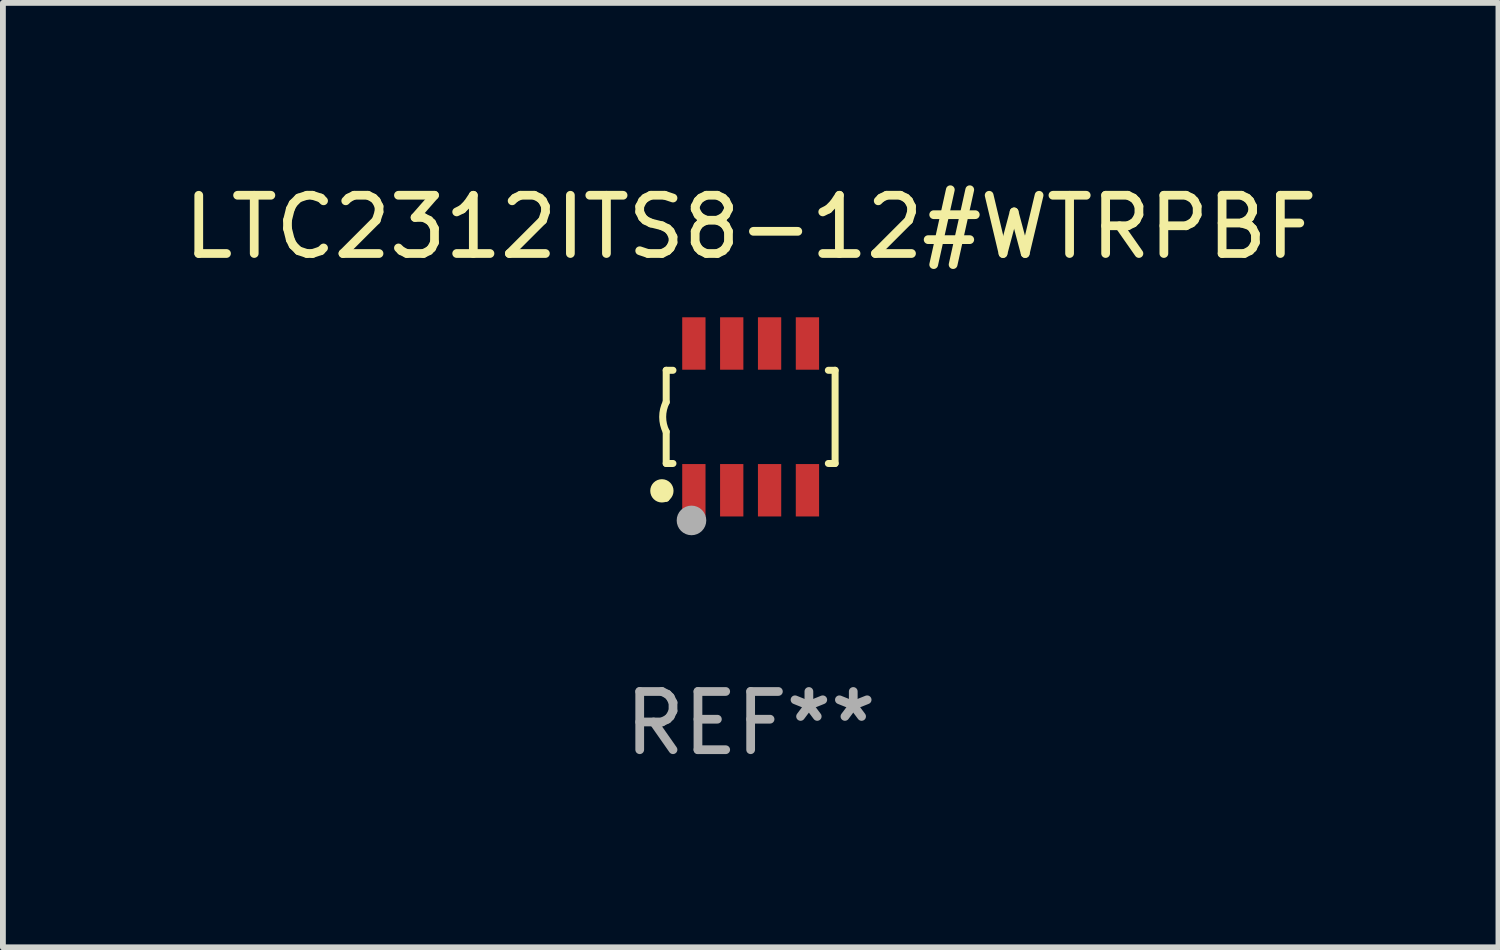
<source format=kicad_pcb>
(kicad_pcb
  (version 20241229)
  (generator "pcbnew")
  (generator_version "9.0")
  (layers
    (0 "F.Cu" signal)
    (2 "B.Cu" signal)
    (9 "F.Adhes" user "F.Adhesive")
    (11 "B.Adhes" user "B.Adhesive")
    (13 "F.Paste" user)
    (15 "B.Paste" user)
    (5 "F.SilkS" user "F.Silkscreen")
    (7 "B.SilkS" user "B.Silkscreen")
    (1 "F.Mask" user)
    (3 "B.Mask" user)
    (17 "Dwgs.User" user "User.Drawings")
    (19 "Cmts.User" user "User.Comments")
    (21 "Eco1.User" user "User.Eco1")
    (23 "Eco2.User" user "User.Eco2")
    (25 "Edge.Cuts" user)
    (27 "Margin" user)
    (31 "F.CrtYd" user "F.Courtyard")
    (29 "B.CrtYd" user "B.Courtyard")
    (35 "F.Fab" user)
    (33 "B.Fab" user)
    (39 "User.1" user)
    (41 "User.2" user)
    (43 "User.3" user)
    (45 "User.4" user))
  (footprint "LTC2312ITS8-12#WTRPBF"
    (layer "F.Cu")
    (at 9.839 4.108)
    (property "Reference" "LTC2312ITS8-12#WTRPBF" (at 0 -3.26 0) (layer "F.SilkS") (effects (font (size 1 1) (thickness 0.15))))
    (attr through_hole)
    (fp_line (start -1.45 -0.8) (end -1.45 -0.254) (stroke (width 0.12) (type solid)) (layer "F.SilkS"))
    (fp_line (start -1.45 -0.8) (end -1.334 -0.8) (stroke (width 0.12) (type solid)) (layer "F.SilkS"))
    (fp_line (start -1.45 0.8) (end -1.45 0.254) (stroke (width 0.12) (type solid)) (layer "F.SilkS"))
    (fp_line (start -1.45 0.8) (end -1.334 0.8) (stroke (width 0.12) (type solid)) (layer "F.SilkS"))
    (fp_line (start 1.334 -0.8) (end 1.45 -0.8) (stroke (width 0.12) (type solid)) (layer "F.SilkS"))
    (fp_line (start 1.334 0.8) (end 1.45 0.8) (stroke (width 0.12) (type solid)) (layer "F.SilkS"))
    (fp_line (start 1.45 0.8) (end 1.45 -0.8) (stroke (width 0.12) (type solid)) (layer "F.SilkS"))
    (fp_arc (start -1.45075 0.255144) (mid -1.510605 0.000434) (end -1.450013 -0.254102) (stroke (width 0.11999) (type solid)) (layer "F.SilkS"))
    (fp_circle (center -1.524 1.27) (end -1.424 1.27) (stroke (width 0.2) (type solid)) (fill no) (layer "F.SilkS"))
    (fp_circle (center -1.45 1.4) (end -1.42 1.4) (stroke (width 0.06) (type solid)) (fill no) (layer "F.SilkS"))
    (fp_circle (center -1.016 1.778) (end -0.889 1.778) (stroke (width 0.254) (type solid)) (fill no) (layer "F.Fab"))
    (fp_text user "REF**" (at 0 5.26 0) (layer "F.Fab") (effects (font (size 1 1) (thickness 0.15))))
    (pad "1" smd rect (at -0.975 1.26) (size 0.4 0.9) (layers "F.Cu" "F.Mask" "F.Paste"))
    (pad "2" smd rect (at -0.325 1.26) (size 0.4 0.9) (layers "F.Cu" "F.Mask" "F.Paste"))
    (pad "3" smd rect (at 0.325 1.26) (size 0.4 0.9) (layers "F.Cu" "F.Mask" "F.Paste"))
    (pad "4" smd rect (at 0.975 1.26) (size 0.4 0.9) (layers "F.Cu" "F.Mask" "F.Paste"))
    (pad "5" smd rect (at 0.975 -1.26) (size 0.4 0.9) (layers "F.Cu" "F.Mask" "F.Paste"))
    (pad "6" smd rect (at 0.325 -1.26) (size 0.4 0.9) (layers "F.Cu" "F.Mask" "F.Paste"))
    (pad "7" smd rect (at -0.325 -1.26) (size 0.4 0.9) (layers "F.Cu" "F.Mask" "F.Paste"))
    (pad "8" smd rect (at -0.975 -1.26) (size 0.4 0.9) (layers "F.Cu" "F.Mask" "F.Paste")))
  (gr_rect
    (start -3 -3)
    (end 22.679 13.216)
    (stroke (width 0.1) (type default))
    (fill no)
    (layer "Edge.Cuts")))
</source>
